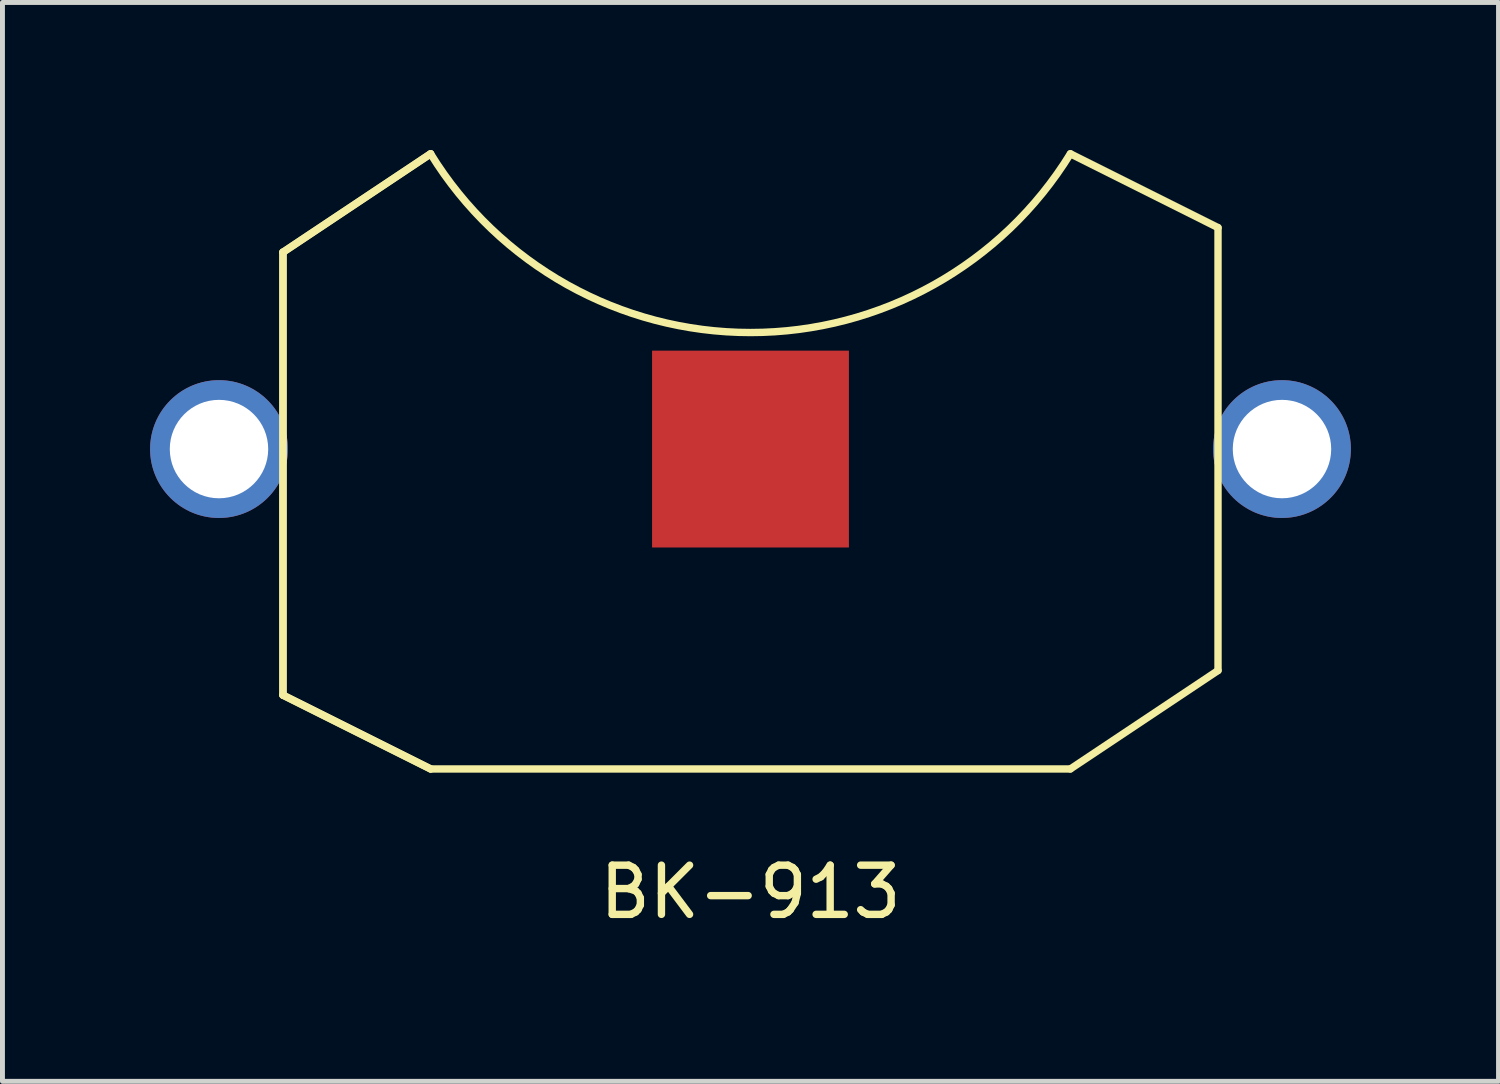
<source format=kicad_pcb>
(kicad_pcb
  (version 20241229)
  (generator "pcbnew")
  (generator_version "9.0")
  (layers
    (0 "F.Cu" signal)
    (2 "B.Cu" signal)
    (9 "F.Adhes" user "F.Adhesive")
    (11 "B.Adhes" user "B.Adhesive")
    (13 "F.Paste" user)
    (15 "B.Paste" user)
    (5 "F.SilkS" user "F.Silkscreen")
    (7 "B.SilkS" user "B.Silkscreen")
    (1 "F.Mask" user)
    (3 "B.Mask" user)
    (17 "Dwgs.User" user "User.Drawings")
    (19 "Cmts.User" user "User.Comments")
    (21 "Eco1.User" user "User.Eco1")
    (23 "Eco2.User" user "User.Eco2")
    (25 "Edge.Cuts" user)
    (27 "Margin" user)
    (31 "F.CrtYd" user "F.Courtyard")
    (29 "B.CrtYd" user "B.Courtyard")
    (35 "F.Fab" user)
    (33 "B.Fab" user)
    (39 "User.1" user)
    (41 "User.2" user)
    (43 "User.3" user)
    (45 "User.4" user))
  (footprint "BK-913"
    (layer "F.Cu")
    (at 12.2 6.075)
    (property "Reference" "BK-913" (at 0 9 0) (layer "F.SilkS") (effects (font (size 1 1) (thickness 0.15))))
    (attr through_hole)
    (fp_line (start -9.5 -4) (end -6.5 -6) (stroke (width 0.15) (type solid)) (layer "F.SilkS"))
    (fp_line (start -9.5 -4) (end -6.5 -6) (stroke (width 0.15) (type solid)) (layer "F.SilkS"))
    (fp_line (start -9.5 5) (end -9.5 -4) (stroke (width 0.15) (type solid)) (layer "F.SilkS"))
    (fp_line (start -9.5 5) (end -9.5 -4) (stroke (width 0.15) (type solid)) (layer "F.SilkS"))
    (fp_line (start -9.5 5) (end -6.5 6.5) (stroke (width 0.15) (type solid)) (layer "F.SilkS"))
    (fp_line (start -9.5 5) (end -6.5 6.5) (stroke (width 0.15) (type solid)) (layer "F.SilkS"))
    (fp_line (start -6.5 6.5) (end 6.5 6.5) (stroke (width 0.15) (type solid)) (layer "F.SilkS"))
    (fp_line (start 9.5 -4.5) (end 6.5 -6) (stroke (width 0.15) (type solid)) (layer "F.SilkS"))
    (fp_line (start 9.5 -4.5) (end 9.5 4.5) (stroke (width 0.15) (type solid)) (layer "F.SilkS"))
    (fp_line (start 9.5 4.5) (end 6.5 6.5) (stroke (width 0.15) (type solid)) (layer "F.SilkS"))
    (fp_arc (start 6.5 -6) (mid 0 -2.367831) (end -6.5 -6) (stroke (width 0.15) (type solid)) (layer "F.SilkS"))
    (pad "1" thru_hole circle (at -10.8 0) (size 2.8 2.8) (drill 2) (layers "*.Cu" "*.Mask"))
    (pad "1" thru_hole circle (at 10.8 0) (size 2.8 2.8) (drill 2) (layers "*.Cu" "*.Mask"))
    (pad "2" smd rect (at 0 0) (size 4 4) (layers "F.Cu" "F.Mask" "F.Paste")))
  (gr_rect
    (start -3 -3)
    (end 27.4 18.923)
    (stroke (width 0.1) (type default))
    (fill no)
    (layer "Edge.Cuts")))
</source>
